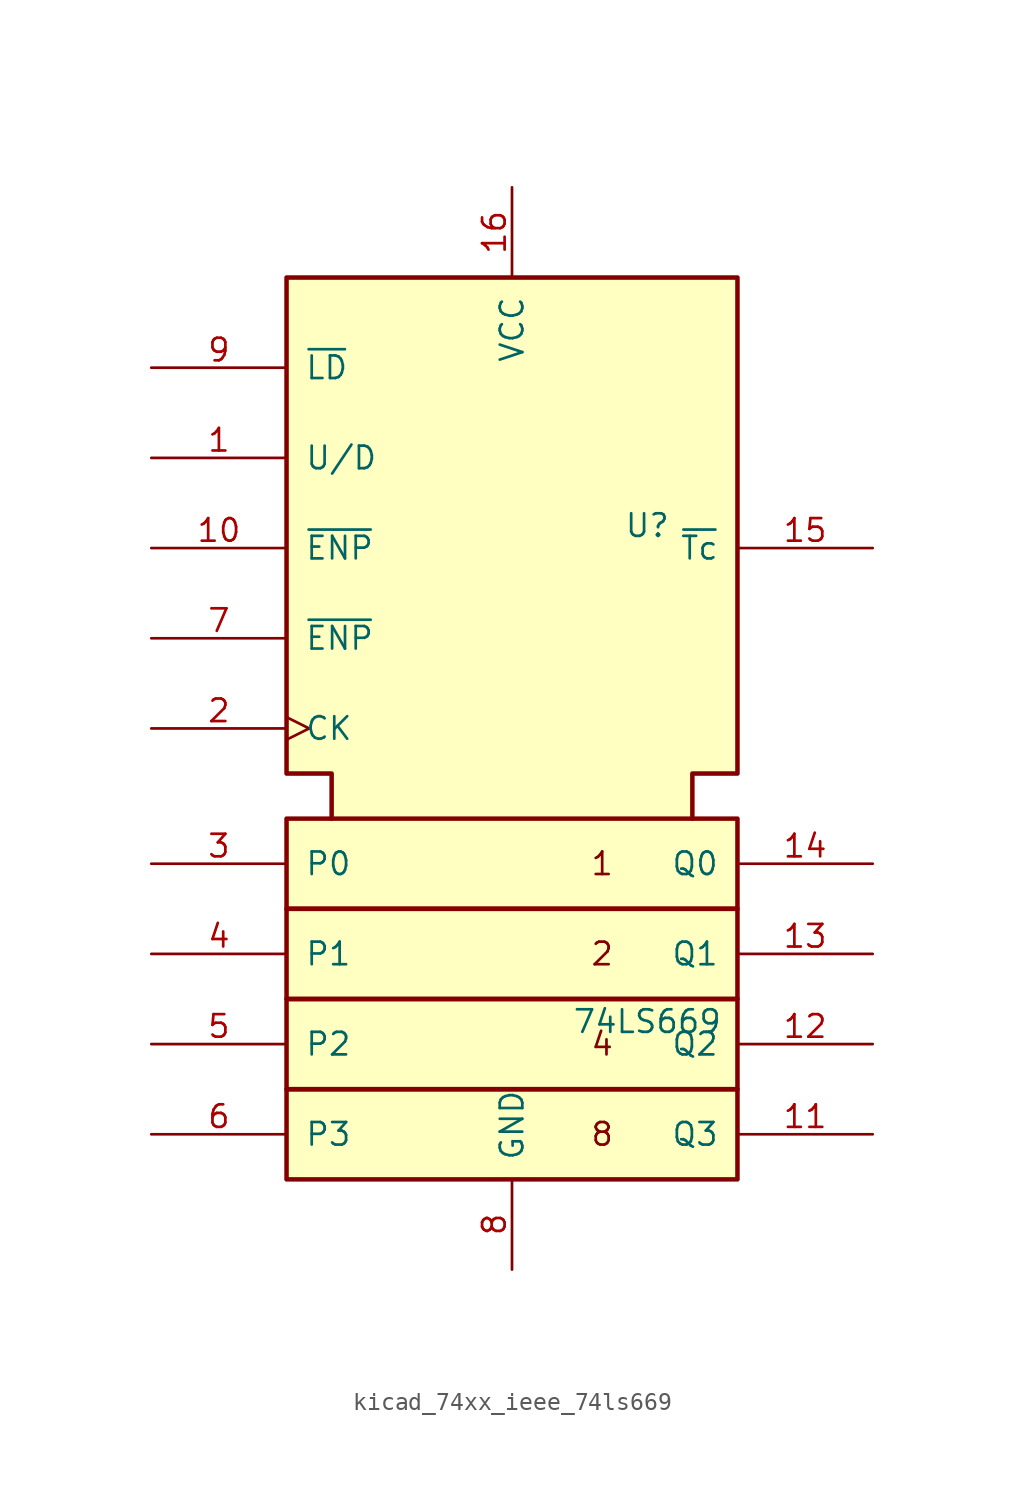
<source format=kicad_sym>
(kicad_symbol_lib
  (version 20220914)
  (generator kicad_symbol_editor)
  (symbol "kicad_74xx_ieee_74ls669"
    (pin_names
      (offset 1.016))
    (property "Reference" "U"
      (at 7.62 13.97 0)
      (effects (font (size 1.27 1.27))))
    (property "Value" "74LS669"
      (at 7.62 -13.97 0)
      (effects (font (size 1.27 1.27))))
    (symbol "kicad_74xx_ieee_74ls669_0_0"
      (rectangle (start -12.7 -17.78) (end 12.7 -22.86) (stroke (width 0.254) (type default)) (fill (type background)))
      (rectangle (start -12.7 -12.7) (end 12.7 -17.78) (stroke (width 0.254) (type default)) (fill (type background)))
      (rectangle (start -12.7 -7.62) (end 12.7 -12.7) (stroke (width 0.254) (type default)) (fill (type background)))
      (rectangle (start -12.7 -2.54) (end 12.7 -7.62) (stroke (width 0.254) (type default)) (fill (type background)))
      (polyline (pts (xy -10.16 -2.54) (xy -10.16 0) (xy -12.7 0) (xy -12.7 27.94) (xy 12.7 27.94) (xy 12.7 0) (xy 10.16 0) (xy 10.16 -2.54) (xy 10.16 -2.54)) (stroke (width 0.254) (type default)) (fill (type background)))
      (text "1" (at 5.08 -5.08 0) (effects (font (size 1.27 1.27))))
      (text "2" (at 5.08 -10.16 0) (effects (font (size 1.27 1.27))))
      (text "4" (at 5.08 -15.24 0) (effects (font (size 1.27 1.27))))
      (text "8" (at 5.08 -20.32 0) (effects (font (size 1.27 1.27))))
      (pin power_in line (at 0 33.02 270) (length 5.08) (name "VCC" (effects (font (size 1.27 1.27)))) (number "16" (effects (font (size 1.27 1.27)))))
      (pin power_in line (at 0 -27.94 90) (length 5.08) (name "GND" (effects (font (size 1.27 1.27)))) (number "8" (effects (font (size 1.27 1.27))))))
    (symbol "kicad_74xx_ieee_74ls669_1_1"
      (pin input line (at -20.32 17.78 0) (length 7.62) (name "U/D" (effects (font (size 1.27 1.27)))) (number "1" (effects (font (size 1.27 1.27)))))
      (pin input line (at -20.32 12.7 0) (length 7.62) (name "~{ENP}" (effects (font (size 1.27 1.27)))) (number "10" (effects (font (size 1.27 1.27)))))
      (pin output line (at 20.32 -20.32 180) (length 7.62) (name "Q3" (effects (font (size 1.27 1.27)))) (number "11" (effects (font (size 1.27 1.27)))))
      (pin output line (at 20.32 -15.24 180) (length 7.62) (name "Q2" (effects (font (size 1.27 1.27)))) (number "12" (effects (font (size 1.27 1.27)))))
      (pin output line (at 20.32 -10.16 180) (length 7.62) (name "Q1" (effects (font (size 1.27 1.27)))) (number "13" (effects (font (size 1.27 1.27)))))
      (pin output line (at 20.32 -5.08 180) (length 7.62) (name "Q0" (effects (font (size 1.27 1.27)))) (number "14" (effects (font (size 1.27 1.27)))))
      (pin output line (at 20.32 12.7 180) (length 7.62) (name "~{Tc}" (effects (font (size 1.27 1.27)))) (number "15" (effects (font (size 1.27 1.27)))))
      (pin input clock (at -20.32 2.54 0) (length 7.62) (name "CK" (effects (font (size 1.27 1.27)))) (number "2" (effects (font (size 1.27 1.27)))))
      (pin input line (at -20.32 -5.08 0) (length 7.62) (name "P0" (effects (font (size 1.27 1.27)))) (number "3" (effects (font (size 1.27 1.27)))))
      (pin input line (at -20.32 -10.16 0) (length 7.62) (name "P1" (effects (font (size 1.27 1.27)))) (number "4" (effects (font (size 1.27 1.27)))))
      (pin input line (at -20.32 -15.24 0) (length 7.62) (name "P2" (effects (font (size 1.27 1.27)))) (number "5" (effects (font (size 1.27 1.27)))))
      (pin input line (at -20.32 -20.32 0) (length 7.62) (name "P3" (effects (font (size 1.27 1.27)))) (number "6" (effects (font (size 1.27 1.27)))))
      (pin input line (at -20.32 7.62 0) (length 7.62) (name "~{ENP}" (effects (font (size 1.27 1.27)))) (number "7" (effects (font (size 1.27 1.27)))))
      (pin input line (at -20.32 22.86 0) (length 7.62) (name "~{LD}" (effects (font (size 1.27 1.27)))) (number "9" (effects (font (size 1.27 1.27))))))))
</source>
